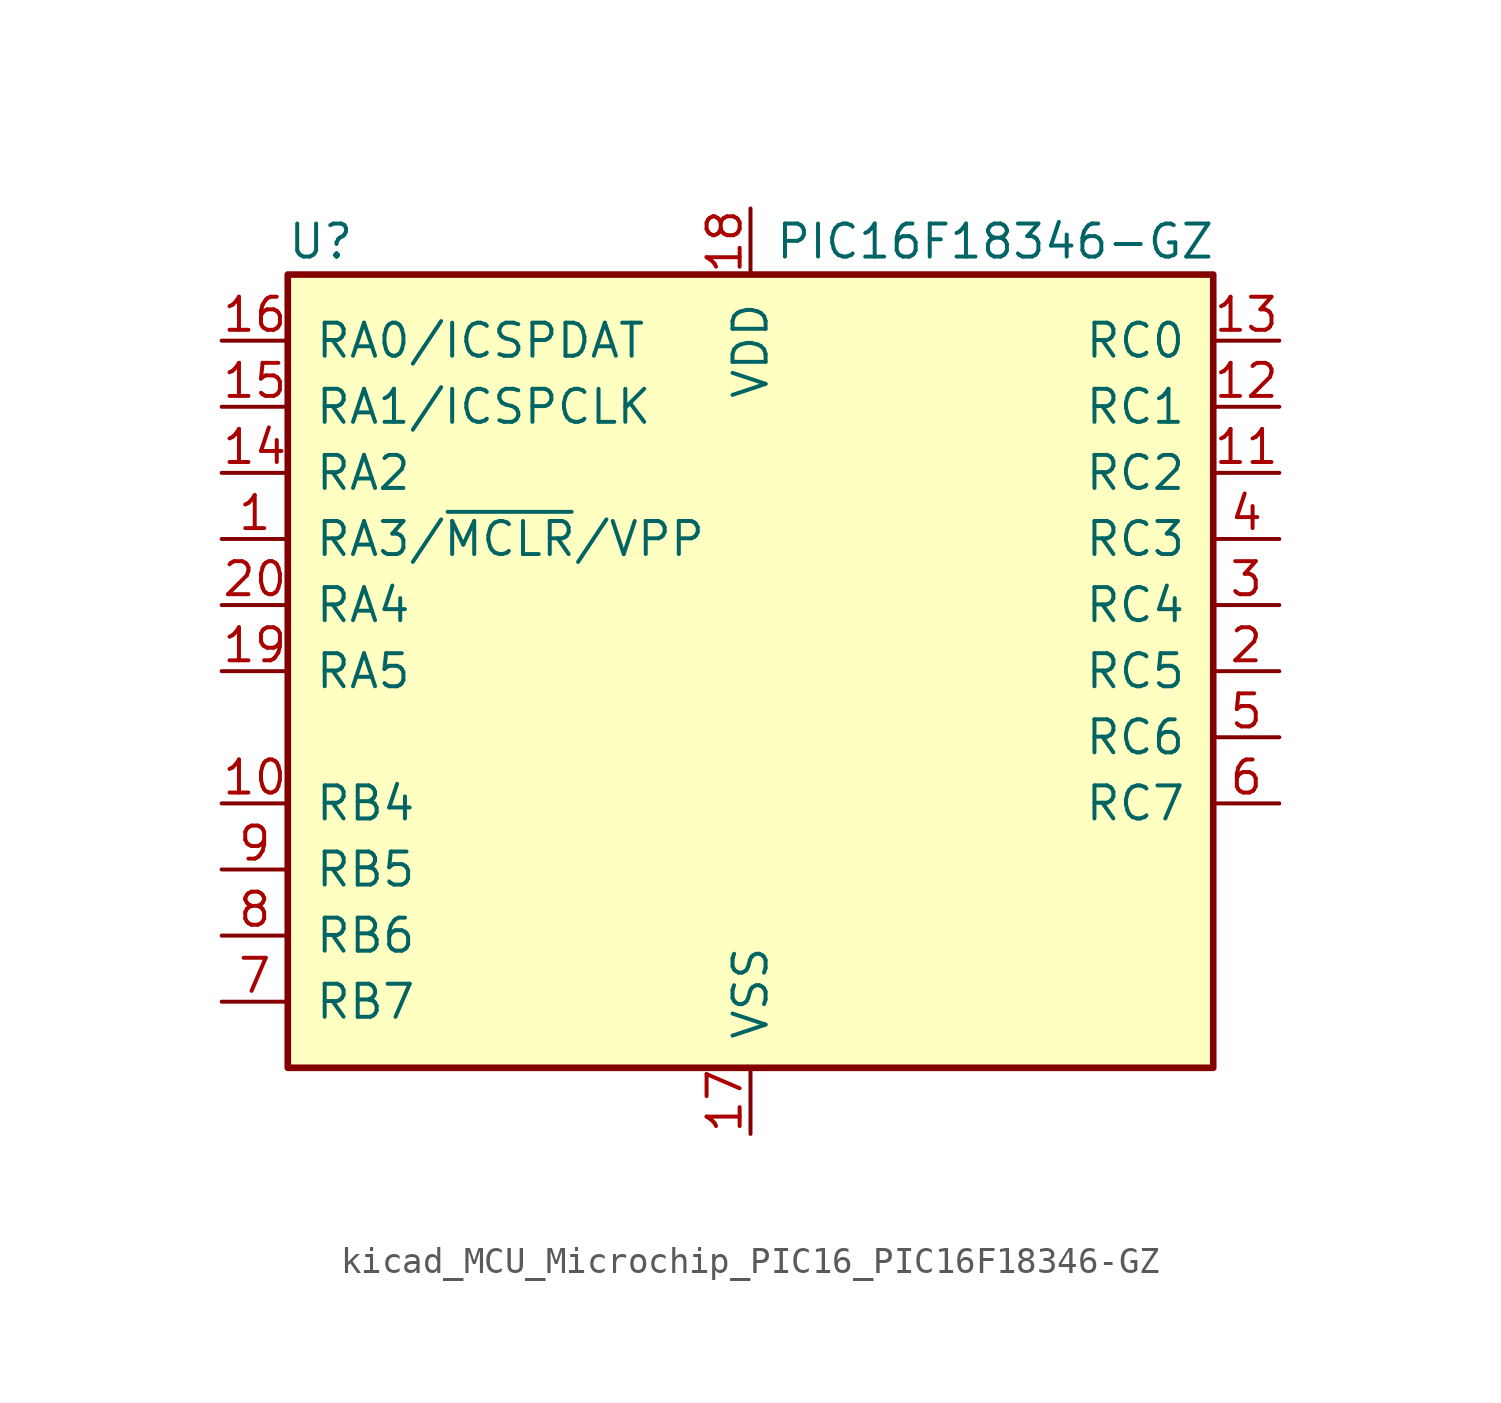
<source format=kicad_sym>
(kicad_symbol_lib
  (version 20220914)
  (generator kicad_symbol_editor)
  (symbol "kicad_MCU_Microchip_PIC16_PIC16F18346-GZ"
    (pin_names
      (offset 1.016))
    (property "Reference" "U"
      (at -16.51 16.51 0)
      (effects (font (size 1.27 1.27))))
    (property "Value" "PIC16F18346-GZ"
      (at 9.398 16.51 0)
      (effects (font (size 1.27 1.27))))
    (symbol "kicad_MCU_Microchip_PIC16_PIC16F18346-GZ_0_1"
      (rectangle (start -17.78 15.24) (end 17.78 -15.24) (stroke (width 0.254) (type default)) (fill (type background))))
    (symbol "kicad_MCU_Microchip_PIC16_PIC16F18346-GZ_1_1"
      (pin bidirectional line (at -20.32 5.08 0) (length 2.54) (name "RA3/~{MCLR}/VPP" (effects (font (size 1.27 1.27)))) (number "1" (effects (font (size 1.27 1.27)))))
      (pin bidirectional line (at -20.32 -5.08 0) (length 2.54) (name "RB4" (effects (font (size 1.27 1.27)))) (number "10" (effects (font (size 1.27 1.27)))))
      (pin bidirectional line (at 20.32 7.62 180) (length 2.54) (name "RC2" (effects (font (size 1.27 1.27)))) (number "11" (effects (font (size 1.27 1.27)))))
      (pin bidirectional line (at 20.32 10.16 180) (length 2.54) (name "RC1" (effects (font (size 1.27 1.27)))) (number "12" (effects (font (size 1.27 1.27)))))
      (pin bidirectional line (at 20.32 12.7 180) (length 2.54) (name "RC0" (effects (font (size 1.27 1.27)))) (number "13" (effects (font (size 1.27 1.27)))))
      (pin bidirectional line (at -20.32 7.62 0) (length 2.54) (name "RA2" (effects (font (size 1.27 1.27)))) (number "14" (effects (font (size 1.27 1.27)))))
      (pin bidirectional line (at -20.32 10.16 0) (length 2.54) (name "RA1/ICSPCLK" (effects (font (size 1.27 1.27)))) (number "15" (effects (font (size 1.27 1.27)))))
      (pin bidirectional line (at -20.32 12.7 0) (length 2.54) (name "RA0/ICSPDAT" (effects (font (size 1.27 1.27)))) (number "16" (effects (font (size 1.27 1.27)))))
      (pin power_in line (at 0 -17.78 90) (length 2.54) (name "VSS" (effects (font (size 1.27 1.27)))) (number "17" (effects (font (size 1.27 1.27)))))
      (pin power_in line (at 0 17.78 270) (length 2.54) (name "VDD" (effects (font (size 1.27 1.27)))) (number "18" (effects (font (size 1.27 1.27)))))
      (pin bidirectional line (at -20.32 0 0) (length 2.54) (name "RA5" (effects (font (size 1.27 1.27)))) (number "19" (effects (font (size 1.27 1.27)))))
      (pin bidirectional line (at 20.32 0 180) (length 2.54) (name "RC5" (effects (font (size 1.27 1.27)))) (number "2" (effects (font (size 1.27 1.27)))))
      (pin bidirectional line (at -20.32 2.54 0) (length 2.54) (name "RA4" (effects (font (size 1.27 1.27)))) (number "20" (effects (font (size 1.27 1.27)))))
      (pin bidirectional line (at 20.32 2.54 180) (length 2.54) (name "RC4" (effects (font (size 1.27 1.27)))) (number "3" (effects (font (size 1.27 1.27)))))
      (pin bidirectional line (at 20.32 5.08 180) (length 2.54) (name "RC3" (effects (font (size 1.27 1.27)))) (number "4" (effects (font (size 1.27 1.27)))))
      (pin bidirectional line (at 20.32 -2.54 180) (length 2.54) (name "RC6" (effects (font (size 1.27 1.27)))) (number "5" (effects (font (size 1.27 1.27)))))
      (pin bidirectional line (at 20.32 -5.08 180) (length 2.54) (name "RC7" (effects (font (size 1.27 1.27)))) (number "6" (effects (font (size 1.27 1.27)))))
      (pin bidirectional line (at -20.32 -12.7 0) (length 2.54) (name "RB7" (effects (font (size 1.27 1.27)))) (number "7" (effects (font (size 1.27 1.27)))))
      (pin bidirectional line (at -20.32 -10.16 0) (length 2.54) (name "RB6" (effects (font (size 1.27 1.27)))) (number "8" (effects (font (size 1.27 1.27)))))
      (pin bidirectional line (at -20.32 -7.62 0) (length 2.54) (name "RB5" (effects (font (size 1.27 1.27)))) (number "9" (effects (font (size 1.27 1.27))))))))
</source>
